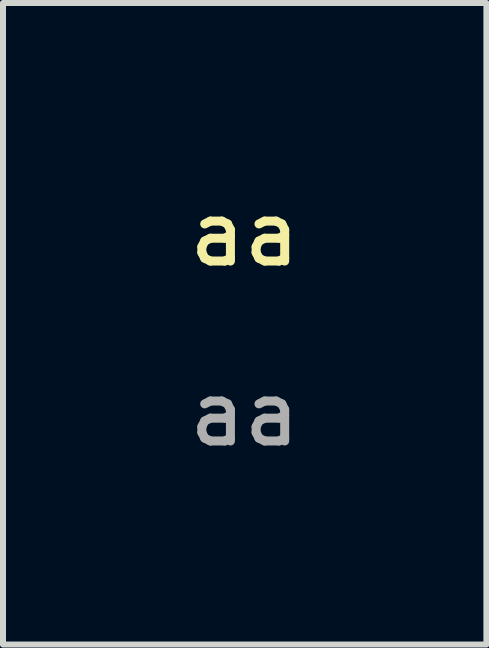
<source format=kicad_pcb>
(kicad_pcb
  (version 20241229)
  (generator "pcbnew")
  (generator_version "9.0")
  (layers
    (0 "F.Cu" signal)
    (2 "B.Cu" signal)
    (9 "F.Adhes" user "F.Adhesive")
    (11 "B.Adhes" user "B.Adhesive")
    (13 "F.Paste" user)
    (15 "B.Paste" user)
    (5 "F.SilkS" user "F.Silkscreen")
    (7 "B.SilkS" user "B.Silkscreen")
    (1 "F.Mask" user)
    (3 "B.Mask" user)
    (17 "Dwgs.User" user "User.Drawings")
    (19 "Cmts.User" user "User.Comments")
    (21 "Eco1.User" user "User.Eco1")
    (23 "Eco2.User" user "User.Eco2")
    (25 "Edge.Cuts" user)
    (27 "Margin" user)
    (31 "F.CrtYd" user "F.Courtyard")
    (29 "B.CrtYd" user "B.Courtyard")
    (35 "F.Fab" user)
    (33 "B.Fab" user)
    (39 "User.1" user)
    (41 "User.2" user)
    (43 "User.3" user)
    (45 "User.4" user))
  (footprint "aa"
    (layer "F.Cu")
    (at 1.03 1.348)
    (property "Reference" "aa" (at 0 -0.5 0) (unlocked yes) (layer "F.SilkS") (effects (font (size 1 1) (thickness 0.15))))
    (fp_text user "${REFERENCE}" (at 0 2.5 0) (unlocked yes) (layer "F.Fab") (effects (font (size 1 1) (thickness 0.15)))))
  (gr_rect
    (start -3 -3)
    (end 5.06 7.697)
    (stroke (width 0.1) (type default))
    (fill no)
    (layer "Edge.Cuts")))
</source>
